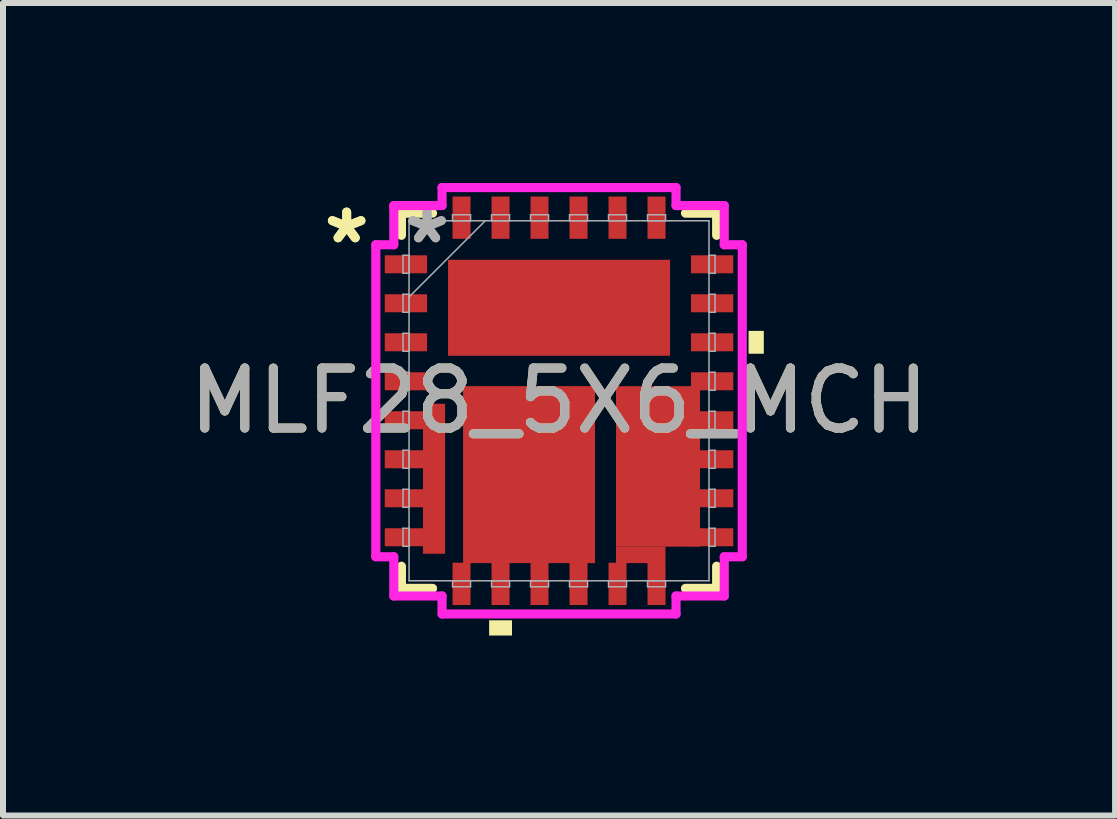
<source format=kicad_pcb>
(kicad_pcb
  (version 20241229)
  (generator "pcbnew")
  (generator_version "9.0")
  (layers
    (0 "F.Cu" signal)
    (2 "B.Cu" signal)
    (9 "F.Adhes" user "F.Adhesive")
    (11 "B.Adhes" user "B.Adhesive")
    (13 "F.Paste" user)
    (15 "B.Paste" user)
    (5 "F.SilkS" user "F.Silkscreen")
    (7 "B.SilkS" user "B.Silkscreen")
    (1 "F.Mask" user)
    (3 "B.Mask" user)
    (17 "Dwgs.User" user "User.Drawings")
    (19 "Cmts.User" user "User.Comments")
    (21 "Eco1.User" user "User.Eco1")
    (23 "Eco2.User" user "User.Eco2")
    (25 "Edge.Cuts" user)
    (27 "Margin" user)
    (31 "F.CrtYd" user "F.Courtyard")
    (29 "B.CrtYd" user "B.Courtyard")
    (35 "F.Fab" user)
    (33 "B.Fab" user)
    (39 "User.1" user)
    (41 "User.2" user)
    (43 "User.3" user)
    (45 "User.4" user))
  (footprint "MLF28_5X6_MCH"
    (layer "F.Cu")
    (at 6.268 3.63)
    (property "Reference" "MLF28_5X6_MCH" (at 0 0 0) (unlocked yes) (layer "F.SilkS") (effects (font (size 1 1) (thickness 0.15))))
    (attr smd)
    (fp_poly (pts (xy -2.268 0.05) (xy -1.899 0.05) (xy -1.899 2.55) (xy -2.268 2.55)) (stroke (width 0) (type solid)) (fill yes) (layer "F.Cu"))
    (fp_poly (pts (xy -1.6 -0.244) (xy 0.6 -0.244) (xy 0.6 2.706) (xy -1.6 2.706)) (stroke (width 0) (type solid)) (fill yes) (layer "F.Cu"))
    (fp_poly (pts (xy 0.95 2.431) (xy 1.774 2.431) (xy 1.774 2.706) (xy 0.95 2.706)) (stroke (width 0) (type solid)) (fill yes) (layer "F.Cu"))
    (fp_poly (pts (xy 0.95 -0.243) (xy 2.35 -0.243) (xy 2.35 2.432) (xy 0.95 2.432)) (stroke (width 0) (type solid)) (fill yes) (layer "F.Cu"))
    (fp_line (start -2.627 -3.127) (end -2.627 -2.758) (stroke (width 0.152) (type solid)) (layer "F.SilkS"))
    (fp_line (start -2.627 2.758) (end -2.627 3.127) (stroke (width 0.152) (type solid)) (layer "F.SilkS"))
    (fp_line (start -2.627 3.127) (end -2.108 3.127) (stroke (width 0.152) (type solid)) (layer "F.SilkS"))
    (fp_line (start -2.108 -3.127) (end -2.627 -3.127) (stroke (width 0.152) (type solid)) (layer "F.SilkS"))
    (fp_line (start 2.108 3.127) (end 2.627 3.127) (stroke (width 0.152) (type solid)) (layer "F.SilkS"))
    (fp_line (start 2.627 -3.127) (end 2.108 -3.127) (stroke (width 0.152) (type solid)) (layer "F.SilkS"))
    (fp_line (start 2.627 -2.758) (end 2.627 -3.127) (stroke (width 0.152) (type solid)) (layer "F.SilkS"))
    (fp_line (start 2.627 3.127) (end 2.627 2.758) (stroke (width 0.152) (type solid)) (layer "F.SilkS"))
    (fp_poly (pts (xy -1.165 3.659) (xy -1.165 3.913) (xy -0.784 3.913) (xy -0.784 3.659)) (stroke (width 0) (type solid)) (fill yes) (layer "F.SilkS"))
    (fp_poly (pts (xy 3.413 -1.165) (xy 3.413 -0.784) (xy 3.159 -0.784) (xy 3.159 -1.165)) (stroke (width 0) (type solid)) (fill yes) (layer "F.SilkS"))
    (fp_poly (pts (xy -2.952 -1.76) (xy -2.152 -1.76) (xy -2.152 -1.49) (xy -2.952 -1.49)) (stroke (width 0) (type solid)) (fill yes) (layer "F.Paste"))
    (fp_poly (pts (xy -2.952 -1.11) (xy -2.152 -1.11) (xy -2.152 -0.84) (xy -2.952 -0.84)) (stroke (width 0) (type solid)) (fill yes) (layer "F.Paste"))
    (fp_poly (pts (xy -2.952 -0.46) (xy -2.152 -0.46) (xy -2.152 -0.19) (xy -2.952 -0.19)) (stroke (width 0) (type solid)) (fill yes) (layer "F.Paste"))
    (fp_poly (pts (xy -2.952 0.19) (xy -2.152 0.19) (xy -2.152 0.46) (xy -2.952 0.46)) (stroke (width 0) (type solid)) (fill yes) (layer "F.Paste"))
    (fp_poly (pts (xy -2.952 0.84) (xy -2.152 0.84) (xy -2.152 1.11) (xy -2.952 1.11)) (stroke (width 0) (type solid)) (fill yes) (layer "F.Paste"))
    (fp_poly (pts (xy -2.952 1.49) (xy -2.152 1.49) (xy -2.152 1.76) (xy -2.952 1.76)) (stroke (width 0) (type solid)) (fill yes) (layer "F.Paste"))
    (fp_poly (pts (xy -2.952 2.14) (xy -2.152 2.14) (xy -2.152 2.41) (xy -2.952 2.41)) (stroke (width 0) (type solid)) (fill yes) (layer "F.Paste"))
    (fp_poly (pts (xy -1.837 -3.527) (xy -1.412 -3.527) (xy -1.412 -2.577) (xy -1.837 -2.577)) (stroke (width 0) (type solid)) (fill yes) (layer "F.Paste"))
    (fp_poly (pts (xy -1.187 -3.527) (xy -0.762 -3.527) (xy -0.762 -2.577) (xy -1.187 -2.577)) (stroke (width 0) (type solid)) (fill yes) (layer "F.Paste"))
    (fp_poly (pts (xy -1.11 -3.452) (xy -0.84 -3.452) (xy -0.84 -2.652) (xy -1.11 -2.652)) (stroke (width 0) (type solid)) (fill yes) (layer "F.Paste"))
    (fp_poly (pts (xy -0.537 -3.527) (xy -0.112 -3.527) (xy -0.112 -2.577) (xy -0.537 -2.577)) (stroke (width 0) (type solid)) (fill yes) (layer "F.Paste"))
    (fp_poly (pts (xy -0.46 -3.452) (xy -0.19 -3.452) (xy -0.19 -2.652) (xy -0.46 -2.652)) (stroke (width 0) (type solid)) (fill yes) (layer "F.Paste"))
    (fp_poly (pts (xy 0.113 -3.527) (xy 0.537 -3.527) (xy 0.537 -2.577) (xy 0.113 -2.577)) (stroke (width 0) (type solid)) (fill yes) (layer "F.Paste"))
    (fp_poly (pts (xy 0.762 -3.527) (xy 1.188 -3.527) (xy 1.188 -2.577) (xy 0.762 -2.577)) (stroke (width 0) (type solid)) (fill yes) (layer "F.Paste"))
    (fp_poly (pts (xy 0.762 2.577) (xy 1.188 2.577) (xy 1.188 3.527) (xy 0.762 3.527)) (stroke (width 0) (type solid)) (fill yes) (layer "F.Paste"))
    (fp_poly (pts (xy 1.413 -3.527) (xy 1.837 -3.527) (xy 1.837 -2.577) (xy 1.413 -2.577)) (stroke (width 0) (type solid)) (fill yes) (layer "F.Paste"))
    (fp_poly (pts (xy 1.413 2.577) (xy 1.837 2.577) (xy 1.837 3.527) (xy 1.413 3.527)) (stroke (width 0) (type solid)) (fill yes) (layer "F.Paste"))
    (fp_poly (pts (xy 2.062 2.577) (xy 2.488 2.577) (xy 2.488 3.527) (xy 2.062 3.527)) (stroke (width 0) (type solid)) (fill yes) (layer "F.Paste"))
    (fp_poly (pts (xy 2.077 -2.488) (xy 3.027 -2.488) (xy 3.027 -2.062) (xy 2.077 -2.062)) (stroke (width 0) (type solid)) (fill yes) (layer "F.Paste"))
    (fp_poly (pts (xy 2.077 -1.837) (xy 3.027 -1.837) (xy 3.027 -1.413) (xy 2.077 -1.413)) (stroke (width 0) (type solid)) (fill yes) (layer "F.Paste"))
    (fp_poly (pts (xy 2.077 -1.188) (xy 3.027 -1.188) (xy 3.027 -0.762) (xy 2.077 -0.762)) (stroke (width 0) (type solid)) (fill yes) (layer "F.Paste"))
    (fp_poly (pts (xy 2.077 -0.537) (xy 3.027 -0.537) (xy 3.027 -0.112) (xy 2.077 -0.112)) (stroke (width 0) (type solid)) (fill yes) (layer "F.Paste"))
    (fp_poly (pts (xy 2.077 0.113) (xy 3.027 0.113) (xy 3.027 0.537) (xy 2.077 0.537)) (stroke (width 0) (type solid)) (fill yes) (layer "F.Paste"))
    (fp_poly (pts (xy 2.077 0.762) (xy 3.027 0.762) (xy 3.027 1.188) (xy 2.077 1.188)) (stroke (width 0) (type solid)) (fill yes) (layer "F.Paste"))
    (fp_poly (pts (xy 2.077 1.413) (xy 3.027 1.413) (xy 3.027 1.837) (xy 2.077 1.837)) (stroke (width 0) (type solid)) (fill yes) (layer "F.Paste"))
    (fp_poly (pts (xy 2.077 2.062) (xy 3.027 2.062) (xy 3.027 2.488) (xy 2.077 2.488)) (stroke (width 0) (type solid)) (fill yes) (layer "F.Paste"))
    (fp_poly (pts (xy 2.712 2.577) (xy 3.137 2.577) (xy 3.137 3.527) (xy 2.712 3.527)) (stroke (width 0) (type solid)) (fill yes) (layer "F.Paste"))
    (fp_line (start -3.054 -2.6) (end -2.754 -2.6) (stroke (width 0.152) (type solid)) (layer "F.CrtYd"))
    (fp_line (start -3.054 2.6) (end -3.054 -2.6) (stroke (width 0.152) (type solid)) (layer "F.CrtYd"))
    (fp_line (start -2.754 -3.254) (end -1.95 -3.254) (stroke (width 0.152) (type solid)) (layer "F.CrtYd"))
    (fp_line (start -2.754 -2.6) (end -2.754 -3.254) (stroke (width 0.152) (type solid)) (layer "F.CrtYd"))
    (fp_line (start -2.754 2.6) (end -3.054 2.6) (stroke (width 0.152) (type solid)) (layer "F.CrtYd"))
    (fp_line (start -2.754 3.254) (end -2.754 2.6) (stroke (width 0.152) (type solid)) (layer "F.CrtYd"))
    (fp_line (start -1.95 -3.554) (end 1.95 -3.554) (stroke (width 0.152) (type solid)) (layer "F.CrtYd"))
    (fp_line (start -1.95 -3.254) (end -1.95 -3.554) (stroke (width 0.152) (type solid)) (layer "F.CrtYd"))
    (fp_line (start -1.95 3.254) (end -2.754 3.254) (stroke (width 0.152) (type solid)) (layer "F.CrtYd"))
    (fp_line (start -1.95 3.554) (end -1.95 3.254) (stroke (width 0.152) (type solid)) (layer "F.CrtYd"))
    (fp_line (start 1.95 -3.554) (end 1.95 -3.254) (stroke (width 0.152) (type solid)) (layer "F.CrtYd"))
    (fp_line (start 1.95 -3.254) (end 2.754 -3.254) (stroke (width 0.152) (type solid)) (layer "F.CrtYd"))
    (fp_line (start 1.95 3.254) (end 1.95 3.554) (stroke (width 0.152) (type solid)) (layer "F.CrtYd"))
    (fp_line (start 1.95 3.554) (end -1.95 3.554) (stroke (width 0.152) (type solid)) (layer "F.CrtYd"))
    (fp_line (start 2.754 -3.254) (end 2.754 -2.6) (stroke (width 0.152) (type solid)) (layer "F.CrtYd"))
    (fp_line (start 2.754 -2.6) (end 3.054 -2.6) (stroke (width 0.152) (type solid)) (layer "F.CrtYd"))
    (fp_line (start 2.754 2.6) (end 2.754 3.254) (stroke (width 0.152) (type solid)) (layer "F.CrtYd"))
    (fp_line (start 2.754 3.254) (end 1.95 3.254) (stroke (width 0.152) (type solid)) (layer "F.CrtYd"))
    (fp_line (start 3.054 -2.6) (end 3.054 2.6) (stroke (width 0.152) (type solid)) (layer "F.CrtYd"))
    (fp_line (start 3.054 2.6) (end 2.754 2.6) (stroke (width 0.152) (type solid)) (layer "F.CrtYd"))
    (fp_line (start -2.6 -2.425) (end -2.6 -2.125) (stroke (width 0.025) (type solid)) (layer "F.Fab"))
    (fp_line (start -2.6 -2.125) (end -2.5 -2.125) (stroke (width 0.025) (type solid)) (layer "F.Fab"))
    (fp_line (start -2.6 -1.775) (end -2.6 -1.475) (stroke (width 0.025) (type solid)) (layer "F.Fab"))
    (fp_line (start -2.6 -1.475) (end -2.5 -1.475) (stroke (width 0.025) (type solid)) (layer "F.Fab"))
    (fp_line (start -2.6 -1.125) (end -2.6 -0.825) (stroke (width 0.025) (type solid)) (layer "F.Fab"))
    (fp_line (start -2.6 -0.825) (end -2.5 -0.825) (stroke (width 0.025) (type solid)) (layer "F.Fab"))
    (fp_line (start -2.6 -0.475) (end -2.6 -0.175) (stroke (width 0.025) (type solid)) (layer "F.Fab"))
    (fp_line (start -2.6 -0.175) (end -2.5 -0.175) (stroke (width 0.025) (type solid)) (layer "F.Fab"))
    (fp_line (start -2.6 0.175) (end -2.6 0.475) (stroke (width 0.025) (type solid)) (layer "F.Fab"))
    (fp_line (start -2.6 0.475) (end -2.5 0.475) (stroke (width 0.025) (type solid)) (layer "F.Fab"))
    (fp_line (start -2.6 0.825) (end -2.6 1.125) (stroke (width 0.025) (type solid)) (layer "F.Fab"))
    (fp_line (start -2.6 1.125) (end -2.5 1.125) (stroke (width 0.025) (type solid)) (layer "F.Fab"))
    (fp_line (start -2.6 1.475) (end -2.6 1.775) (stroke (width 0.025) (type solid)) (layer "F.Fab"))
    (fp_line (start -2.6 1.775) (end -2.5 1.775) (stroke (width 0.025) (type solid)) (layer "F.Fab"))
    (fp_line (start -2.6 2.125) (end -2.6 2.425) (stroke (width 0.025) (type solid)) (layer "F.Fab"))
    (fp_line (start -2.6 2.425) (end -2.5 2.425) (stroke (width 0.025) (type solid)) (layer "F.Fab"))
    (fp_line (start -2.5 -3) (end -2.5 3) (stroke (width 0.025) (type solid)) (layer "F.Fab"))
    (fp_line (start -2.5 -2.425) (end -2.6 -2.425) (stroke (width 0.025) (type solid)) (layer "F.Fab"))
    (fp_line (start -2.5 -2.125) (end -2.5 -2.425) (stroke (width 0.025) (type solid)) (layer "F.Fab"))
    (fp_line (start -2.5 -1.775) (end -2.6 -1.775) (stroke (width 0.025) (type solid)) (layer "F.Fab"))
    (fp_line (start -2.5 -1.73) (end -1.23 -3) (stroke (width 0.025) (type solid)) (layer "F.Fab"))
    (fp_line (start -2.5 -1.475) (end -2.5 -1.775) (stroke (width 0.025) (type solid)) (layer "F.Fab"))
    (fp_line (start -2.5 -1.125) (end -2.6 -1.125) (stroke (width 0.025) (type solid)) (layer "F.Fab"))
    (fp_line (start -2.5 -0.825) (end -2.5 -1.125) (stroke (width 0.025) (type solid)) (layer "F.Fab"))
    (fp_line (start -2.5 -0.475) (end -2.6 -0.475) (stroke (width 0.025) (type solid)) (layer "F.Fab"))
    (fp_line (start -2.5 -0.175) (end -2.5 -0.475) (stroke (width 0.025) (type solid)) (layer "F.Fab"))
    (fp_line (start -2.5 0.175) (end -2.6 0.175) (stroke (width 0.025) (type solid)) (layer "F.Fab"))
    (fp_line (start -2.5 0.475) (end -2.5 0.175) (stroke (width 0.025) (type solid)) (layer "F.Fab"))
    (fp_line (start -2.5 0.825) (end -2.6 0.825) (stroke (width 0.025) (type solid)) (layer "F.Fab"))
    (fp_line (start -2.5 1.125) (end -2.5 0.825) (stroke (width 0.025) (type solid)) (layer "F.Fab"))
    (fp_line (start -2.5 1.475) (end -2.6 1.475) (stroke (width 0.025) (type solid)) (layer "F.Fab"))
    (fp_line (start -2.5 1.775) (end -2.5 1.475) (stroke (width 0.025) (type solid)) (layer "F.Fab"))
    (fp_line (start -2.5 2.125) (end -2.6 2.125) (stroke (width 0.025) (type solid)) (layer "F.Fab"))
    (fp_line (start -2.5 2.425) (end -2.5 2.125) (stroke (width 0.025) (type solid)) (layer "F.Fab"))
    (fp_line (start -2.5 3) (end 2.5 3) (stroke (width 0.025) (type solid)) (layer "F.Fab"))
    (fp_line (start -1.775 -3.1) (end -1.775 -3) (stroke (width 0.025) (type solid)) (layer "F.Fab"))
    (fp_line (start -1.775 -3) (end -1.475 -3) (stroke (width 0.025) (type solid)) (layer "F.Fab"))
    (fp_line (start -1.775 3) (end -1.775 3.1) (stroke (width 0.025) (type solid)) (layer "F.Fab"))
    (fp_line (start -1.775 3.1) (end -1.475 3.1) (stroke (width 0.025) (type solid)) (layer "F.Fab"))
    (fp_line (start -1.475 -3.1) (end -1.775 -3.1) (stroke (width 0.025) (type solid)) (layer "F.Fab"))
    (fp_line (start -1.475 -3) (end -1.475 -3.1) (stroke (width 0.025) (type solid)) (layer "F.Fab"))
    (fp_line (start -1.475 3) (end -1.775 3) (stroke (width 0.025) (type solid)) (layer "F.Fab"))
    (fp_line (start -1.475 3.1) (end -1.475 3) (stroke (width 0.025) (type solid)) (layer "F.Fab"))
    (fp_line (start -1.125 -3.1) (end -1.125 -3) (stroke (width 0.025) (type solid)) (layer "F.Fab"))
    (fp_line (start -1.125 -3) (end -0.825 -3) (stroke (width 0.025) (type solid)) (layer "F.Fab"))
    (fp_line (start -1.125 3) (end -1.125 3.1) (stroke (width 0.025) (type solid)) (layer "F.Fab"))
    (fp_line (start -1.125 3.1) (end -0.825 3.1) (stroke (width 0.025) (type solid)) (layer "F.Fab"))
    (fp_line (start -0.825 -3.1) (end -1.125 -3.1) (stroke (width 0.025) (type solid)) (layer "F.Fab"))
    (fp_line (start -0.825 -3) (end -0.825 -3.1) (stroke (width 0.025) (type solid)) (layer "F.Fab"))
    (fp_line (start -0.825 3) (end -1.125 3) (stroke (width 0.025) (type solid)) (layer "F.Fab"))
    (fp_line (start -0.825 3.1) (end -0.825 3) (stroke (width 0.025) (type solid)) (layer "F.Fab"))
    (fp_line (start -0.475 -3.1) (end -0.475 -3) (stroke (width 0.025) (type solid)) (layer "F.Fab"))
    (fp_line (start -0.475 -3) (end -0.175 -3) (stroke (width 0.025) (type solid)) (layer "F.Fab"))
    (fp_line (start -0.475 3) (end -0.475 3.1) (stroke (width 0.025) (type solid)) (layer "F.Fab"))
    (fp_line (start -0.475 3.1) (end -0.175 3.1) (stroke (width 0.025) (type solid)) (layer "F.Fab"))
    (fp_line (start -0.175 -3.1) (end -0.475 -3.1) (stroke (width 0.025) (type solid)) (layer "F.Fab"))
    (fp_line (start -0.175 -3) (end -0.175 -3.1) (stroke (width 0.025) (type solid)) (layer "F.Fab"))
    (fp_line (start -0.175 3) (end -0.475 3) (stroke (width 0.025) (type solid)) (layer "F.Fab"))
    (fp_line (start -0.175 3.1) (end -0.175 3) (stroke (width 0.025) (type solid)) (layer "F.Fab"))
    (fp_line (start 0.175 -3.1) (end 0.175 -3) (stroke (width 0.025) (type solid)) (layer "F.Fab"))
    (fp_line (start 0.175 -3) (end 0.475 -3) (stroke (width 0.025) (type solid)) (layer "F.Fab"))
    (fp_line (start 0.175 3) (end 0.175 3.1) (stroke (width 0.025) (type solid)) (layer "F.Fab"))
    (fp_line (start 0.175 3.1) (end 0.475 3.1) (stroke (width 0.025) (type solid)) (layer "F.Fab"))
    (fp_line (start 0.475 -3.1) (end 0.175 -3.1) (stroke (width 0.025) (type solid)) (layer "F.Fab"))
    (fp_line (start 0.475 -3) (end 0.475 -3.1) (stroke (width 0.025) (type solid)) (layer "F.Fab"))
    (fp_line (start 0.475 3) (end 0.175 3) (stroke (width 0.025) (type solid)) (layer "F.Fab"))
    (fp_line (start 0.475 3.1) (end 0.475 3) (stroke (width 0.025) (type solid)) (layer "F.Fab"))
    (fp_line (start 0.825 -3.1) (end 0.825 -3) (stroke (width 0.025) (type solid)) (layer "F.Fab"))
    (fp_line (start 0.825 -3) (end 1.125 -3) (stroke (width 0.025) (type solid)) (layer "F.Fab"))
    (fp_line (start 0.825 3) (end 0.825 3.1) (stroke (width 0.025) (type solid)) (layer "F.Fab"))
    (fp_line (start 0.825 3.1) (end 1.125 3.1) (stroke (width 0.025) (type solid)) (layer "F.Fab"))
    (fp_line (start 1.125 -3.1) (end 0.825 -3.1) (stroke (width 0.025) (type solid)) (layer "F.Fab"))
    (fp_line (start 1.125 -3) (end 1.125 -3.1) (stroke (width 0.025) (type solid)) (layer "F.Fab"))
    (fp_line (start 1.125 3) (end 0.825 3) (stroke (width 0.025) (type solid)) (layer "F.Fab"))
    (fp_line (start 1.125 3.1) (end 1.125 3) (stroke (width 0.025) (type solid)) (layer "F.Fab"))
    (fp_line (start 1.475 -3.1) (end 1.475 -3) (stroke (width 0.025) (type solid)) (layer "F.Fab"))
    (fp_line (start 1.475 -3) (end 1.775 -3) (stroke (width 0.025) (type solid)) (layer "F.Fab"))
    (fp_line (start 1.475 3) (end 1.475 3.1) (stroke (width 0.025) (type solid)) (layer "F.Fab"))
    (fp_line (start 1.475 3.1) (end 1.775 3.1) (stroke (width 0.025) (type solid)) (layer "F.Fab"))
    (fp_line (start 1.775 -3.1) (end 1.475 -3.1) (stroke (width 0.025) (type solid)) (layer "F.Fab"))
    (fp_line (start 1.775 -3) (end 1.775 -3.1) (stroke (width 0.025) (type solid)) (layer "F.Fab"))
    (fp_line (start 1.775 3) (end 1.475 3) (stroke (width 0.025) (type solid)) (layer "F.Fab"))
    (fp_line (start 1.775 3.1) (end 1.775 3) (stroke (width 0.025) (type solid)) (layer "F.Fab"))
    (fp_line (start 2.5 -3) (end -2.5 -3) (stroke (width 0.025) (type solid)) (layer "F.Fab"))
    (fp_line (start 2.5 -2.425) (end 2.5 -2.125) (stroke (width 0.025) (type solid)) (layer "F.Fab"))
    (fp_line (start 2.5 -2.125) (end 2.6 -2.125) (stroke (width 0.025) (type solid)) (layer "F.Fab"))
    (fp_line (start 2.5 -1.775) (end 2.5 -1.475) (stroke (width 0.025) (type solid)) (layer "F.Fab"))
    (fp_line (start 2.5 -1.475) (end 2.6 -1.475) (stroke (width 0.025) (type solid)) (layer "F.Fab"))
    (fp_line (start 2.5 -1.125) (end 2.5 -0.825) (stroke (width 0.025) (type solid)) (layer "F.Fab"))
    (fp_line (start 2.5 -0.825) (end 2.6 -0.825) (stroke (width 0.025) (type solid)) (layer "F.Fab"))
    (fp_line (start 2.5 -0.475) (end 2.5 -0.175) (stroke (width 0.025) (type solid)) (layer "F.Fab"))
    (fp_line (start 2.5 -0.175) (end 2.6 -0.175) (stroke (width 0.025) (type solid)) (layer "F.Fab"))
    (fp_line (start 2.5 0.175) (end 2.5 0.475) (stroke (width 0.025) (type solid)) (layer "F.Fab"))
    (fp_line (start 2.5 0.475) (end 2.6 0.475) (stroke (width 0.025) (type solid)) (layer "F.Fab"))
    (fp_line (start 2.5 0.825) (end 2.5 1.125) (stroke (width 0.025) (type solid)) (layer "F.Fab"))
    (fp_line (start 2.5 1.125) (end 2.6 1.125) (stroke (width 0.025) (type solid)) (layer "F.Fab"))
    (fp_line (start 2.5 1.475) (end 2.5 1.775) (stroke (width 0.025) (type solid)) (layer "F.Fab"))
    (fp_line (start 2.5 1.775) (end 2.6 1.775) (stroke (width 0.025) (type solid)) (layer "F.Fab"))
    (fp_line (start 2.5 2.125) (end 2.5 2.425) (stroke (width 0.025) (type solid)) (layer "F.Fab"))
    (fp_line (start 2.5 2.425) (end 2.6 2.425) (stroke (width 0.025) (type solid)) (layer "F.Fab"))
    (fp_line (start 2.5 3) (end 2.5 -3) (stroke (width 0.025) (type solid)) (layer "F.Fab"))
    (fp_line (start 2.6 -2.425) (end 2.5 -2.425) (stroke (width 0.025) (type solid)) (layer "F.Fab"))
    (fp_line (start 2.6 -2.125) (end 2.6 -2.425) (stroke (width 0.025) (type solid)) (layer "F.Fab"))
    (fp_line (start 2.6 -1.775) (end 2.5 -1.775) (stroke (width 0.025) (type solid)) (layer "F.Fab"))
    (fp_line (start 2.6 -1.475) (end 2.6 -1.775) (stroke (width 0.025) (type solid)) (layer "F.Fab"))
    (fp_line (start 2.6 -1.125) (end 2.5 -1.125) (stroke (width 0.025) (type solid)) (layer "F.Fab"))
    (fp_line (start 2.6 -0.825) (end 2.6 -1.125) (stroke (width 0.025) (type solid)) (layer "F.Fab"))
    (fp_line (start 2.6 -0.475) (end 2.5 -0.475) (stroke (width 0.025) (type solid)) (layer "F.Fab"))
    (fp_line (start 2.6 -0.175) (end 2.6 -0.475) (stroke (width 0.025) (type solid)) (layer "F.Fab"))
    (fp_line (start 2.6 0.175) (end 2.5 0.175) (stroke (width 0.025) (type solid)) (layer "F.Fab"))
    (fp_line (start 2.6 0.475) (end 2.6 0.175) (stroke (width 0.025) (type solid)) (layer "F.Fab"))
    (fp_line (start 2.6 0.825) (end 2.5 0.825) (stroke (width 0.025) (type solid)) (layer "F.Fab"))
    (fp_line (start 2.6 1.125) (end 2.6 0.825) (stroke (width 0.025) (type solid)) (layer "F.Fab"))
    (fp_line (start 2.6 1.475) (end 2.5 1.475) (stroke (width 0.025) (type solid)) (layer "F.Fab"))
    (fp_line (start 2.6 1.775) (end 2.6 1.475) (stroke (width 0.025) (type solid)) (layer "F.Fab"))
    (fp_line (start 2.6 2.125) (end 2.5 2.125) (stroke (width 0.025) (type solid)) (layer "F.Fab"))
    (fp_line (start 2.6 2.425) (end 2.6 2.125) (stroke (width 0.025) (type solid)) (layer "F.Fab"))
    (fp_text user "*" (at -3.54 -2.6 0) (layer "F.SilkS") (effects (font (size 1 1) (thickness 0.15))))
    (fp_text user "*" (at -3.54 -2.6 0) (unlocked yes) (layer "F.SilkS") (effects (font (size 1 1) (thickness 0.15))))
    (fp_text user "*" (at -2.2 -2.6 0) (layer "F.Fab") (effects (font (size 1 1) (thickness 0.15))))
    (fp_text user "*" (at -2.2 -2.6 0) (unlocked yes) (layer "F.Fab") (effects (font (size 1 1) (thickness 0.15))))
    (fp_text user "${REFERENCE}" (at 0 0 0) (unlocked yes) (layer "F.Fab") (effects (font (size 1 1) (thickness 0.15))))
    (pad "1" smd rect (at -2.552 -2.275 90) (size 0.3 0.705) (layers "F.Cu" "F.Mask" "F.Paste"))
    (pad "2" smd rect (at -2.552 -1.625 90) (size 0.3 0.705) (layers "F.Cu" "F.Mask" "F.Paste"))
    (pad "3" smd rect (at -2.552 -0.975 90) (size 0.3 0.705) (layers "F.Cu" "F.Mask" "F.Paste"))
    (pad "4" smd rect (at -2.552 -0.325 90) (size 0.3 0.705) (layers "F.Cu" "F.Mask" "F.Paste"))
    (pad "5" smd rect (at -2.552 0.325 90) (size 0.3 0.705) (layers "F.Cu" "F.Mask" "F.Paste"))
    (pad "6" smd rect (at -2.552 0.975 90) (size 0.3 0.705) (layers "F.Cu" "F.Mask" "F.Paste"))
    (pad "7" smd rect (at -2.552 1.625 90) (size 0.3 0.705) (layers "F.Cu" "F.Mask" "F.Paste"))
    (pad "8" smd rect (at -2.552 2.275 90) (size 0.3 0.705) (layers "F.Cu" "F.Mask" "F.Paste"))
    (pad "9" smd rect (at -1.625 3.052) (size 0.3 0.705) (layers "F.Cu" "F.Mask" "F.Paste"))
    (pad "10" smd rect (at -0.975 3.052) (size 0.3 0.705) (layers "F.Cu" "F.Mask" "F.Paste"))
    (pad "11" smd rect (at -0.325 3.052) (size 0.3 0.705) (layers "F.Cu" "F.Mask" "F.Paste"))
    (pad "12" smd rect (at 0.325 3.052) (size 0.3 0.705) (layers "F.Cu" "F.Mask" "F.Paste"))
    (pad "13" smd rect (at 0.975 3.052) (size 0.3 0.705) (layers "F.Cu" "F.Mask" "F.Paste"))
    (pad "14" smd rect (at 1.625 3.052) (size 0.3 0.705) (layers "F.Cu" "F.Mask" "F.Paste"))
    (pad "15" smd rect (at 2.552 2.275 90) (size 0.3 0.705) (layers "F.Cu" "F.Mask" "F.Paste"))
    (pad "16" smd rect (at 2.552 1.625 90) (size 0.3 0.705) (layers "F.Cu" "F.Mask" "F.Paste"))
    (pad "17" smd rect (at 2.552 0.975 90) (size 0.3 0.705) (layers "F.Cu" "F.Mask" "F.Paste"))
    (pad "18" smd rect (at 2.552 0.325 90) (size 0.3 0.705) (layers "F.Cu" "F.Mask" "F.Paste"))
    (pad "19" smd rect (at 2.552 -0.325 90) (size 0.3 0.705) (layers "F.Cu" "F.Mask" "F.Paste"))
    (pad "20" smd rect (at 2.552 -0.975 90) (size 0.3 0.705) (layers "F.Cu" "F.Mask" "F.Paste"))
    (pad "21" smd rect (at 2.552 -1.625 90) (size 0.3 0.705) (layers "F.Cu" "F.Mask" "F.Paste"))
    (pad "22" smd rect (at 2.552 -2.275 90) (size 0.3 0.705) (layers "F.Cu" "F.Mask" "F.Paste"))
    (pad "23" smd rect (at 1.625 -3.052) (size 0.3 0.705) (layers "F.Cu" "F.Mask" "F.Paste"))
    (pad "24" smd rect (at 0.975 -3.052) (size 0.3 0.705) (layers "F.Cu" "F.Mask" "F.Paste"))
    (pad "25" smd rect (at 0.325 -3.052) (size 0.3 0.705) (layers "F.Cu" "F.Mask" "F.Paste"))
    (pad "26" smd rect (at -0.325 -3.052) (size 0.3 0.705) (layers "F.Cu" "F.Mask" "F.Paste"))
    (pad "27" smd rect (at -0.975 -3.052) (size 0.3 0.705) (layers "F.Cu" "F.Mask" "F.Paste"))
    (pad "28" smd rect (at -1.625 -3.052) (size 0.3 0.705) (layers "F.Cu" "F.Mask" "F.Paste"))
    (pad "29" smd rect (at 0 -1.55) (size 3.7 1.6) (layers "F.Cu" "F.Mask" "F.Paste")))
  (gr_rect
    (start -3 -3)
    (end 15.536 10.543)
    (stroke (width 0.1) (type default))
    (fill no)
    (layer "Edge.Cuts")))
</source>
